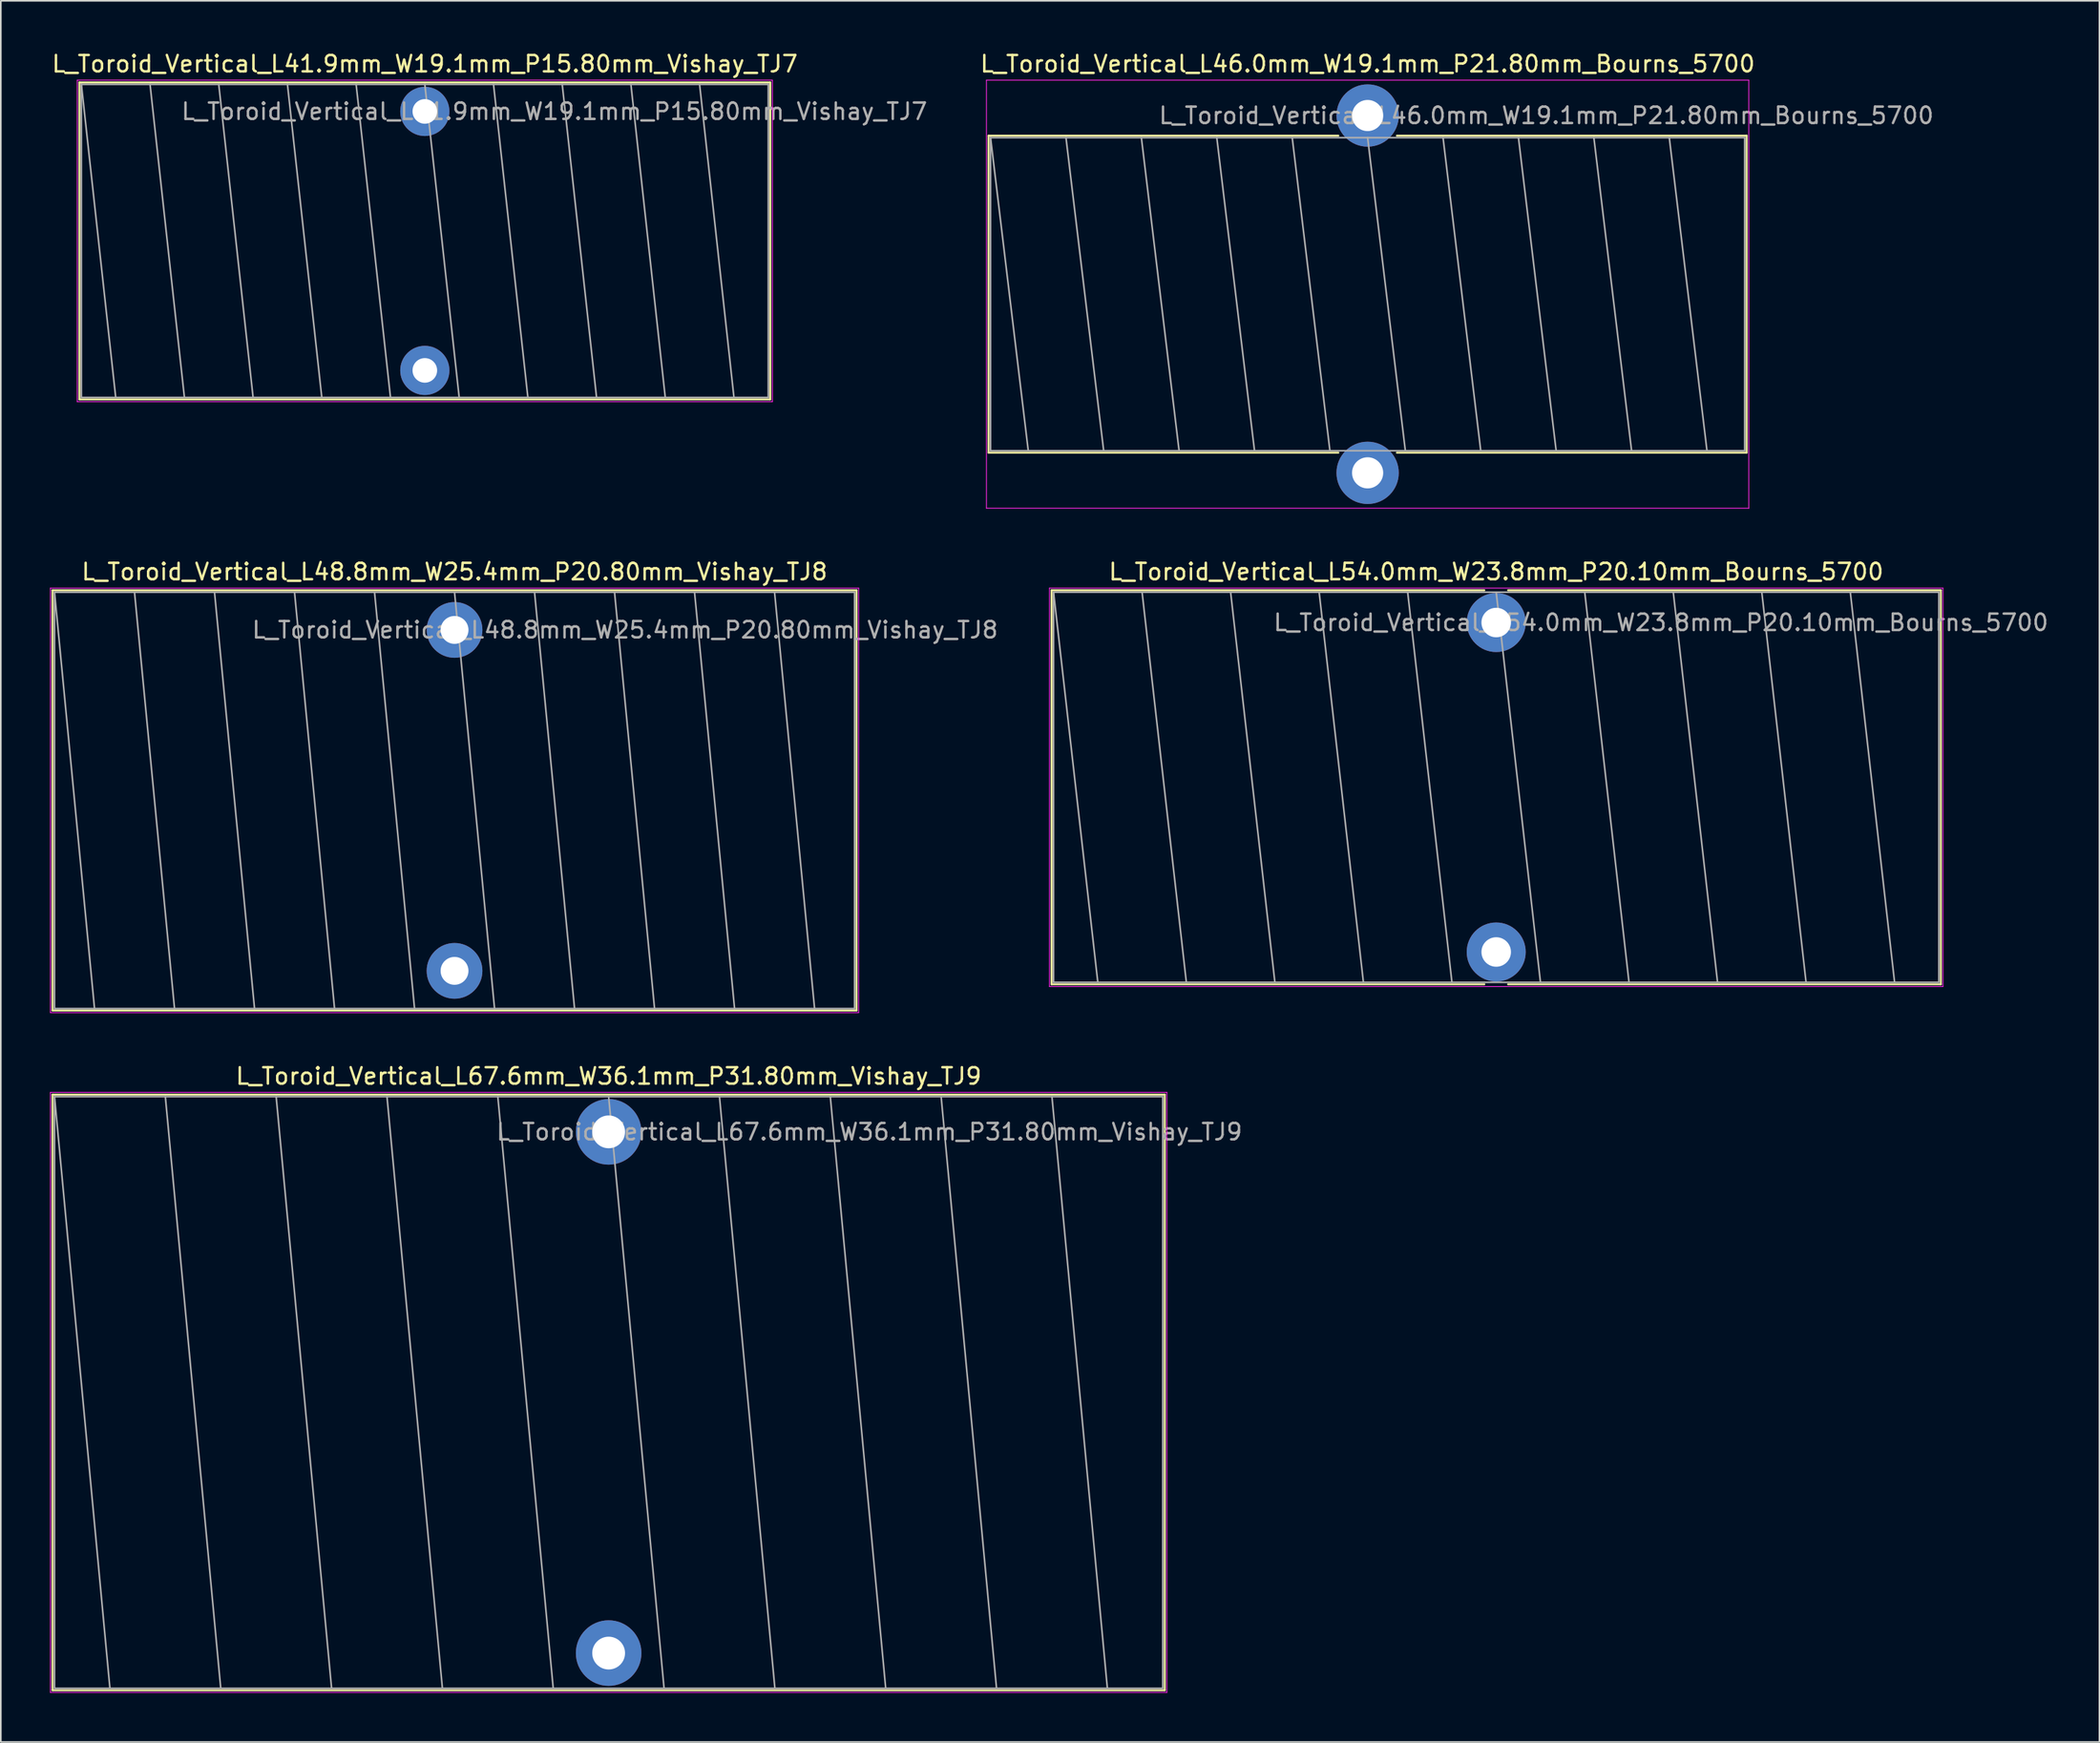
<source format=kicad_pcb>
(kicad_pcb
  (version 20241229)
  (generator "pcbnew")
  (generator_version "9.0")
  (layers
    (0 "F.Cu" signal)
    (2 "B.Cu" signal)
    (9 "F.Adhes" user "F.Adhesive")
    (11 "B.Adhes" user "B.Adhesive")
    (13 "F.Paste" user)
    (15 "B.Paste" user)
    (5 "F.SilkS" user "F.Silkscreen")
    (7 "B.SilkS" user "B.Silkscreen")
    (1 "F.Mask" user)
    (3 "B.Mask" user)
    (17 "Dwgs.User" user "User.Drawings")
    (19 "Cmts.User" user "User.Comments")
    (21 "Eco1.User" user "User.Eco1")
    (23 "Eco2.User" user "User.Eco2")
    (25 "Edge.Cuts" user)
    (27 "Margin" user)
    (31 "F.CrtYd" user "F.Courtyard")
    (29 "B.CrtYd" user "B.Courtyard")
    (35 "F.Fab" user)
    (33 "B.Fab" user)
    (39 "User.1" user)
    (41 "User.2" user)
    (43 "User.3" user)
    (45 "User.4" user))
  (footprint "L_Toroid_Vertical_L41.9mm_W19.1mm_P15.80mm_Vishay_TJ7"
    (layer "F.Cu")
    (at 22.863 3.748)
    (property "Reference" "L_Toroid_Vertical_L41.9mm_W19.1mm_P15.80mm_Vishay_TJ7" (at 0 -2.9 0) (layer "F.SilkS") (effects (font (size 1 1) (thickness 0.15))))
    (attr through_hole)
    (fp_line (start -21.07 -1.77) (end -21.07 17.57) (stroke (width 0.12) (type solid)) (layer "F.SilkS"))
    (fp_line (start -21.07 -1.77) (end 21.07 -1.77) (stroke (width 0.12) (type solid)) (layer "F.SilkS"))
    (fp_line (start -21.07 17.57) (end 21.07 17.57) (stroke (width 0.12) (type solid)) (layer "F.SilkS"))
    (fp_line (start 21.07 -1.77) (end 21.07 17.57) (stroke (width 0.12) (type solid)) (layer "F.SilkS"))
    (fp_line (start -21.2 -1.91) (end -21.2 17.71) (stroke (width 0.05) (type solid)) (layer "F.CrtYd"))
    (fp_line (start -21.2 17.71) (end 21.2 17.71) (stroke (width 0.05) (type solid)) (layer "F.CrtYd"))
    (fp_line (start 21.2 -1.91) (end -21.2 -1.91) (stroke (width 0.05) (type solid)) (layer "F.CrtYd"))
    (fp_line (start 21.2 17.71) (end 21.2 -1.91) (stroke (width 0.05) (type solid)) (layer "F.CrtYd"))
    (fp_line (start -20.95 -1.65) (end -20.95 17.45) (stroke (width 0.1) (type solid)) (layer "F.Fab"))
    (fp_line (start -20.95 -1.65) (end -18.855 17.45) (stroke (width 0.1) (type solid)) (layer "F.Fab"))
    (fp_line (start -20.95 17.45) (end 20.95 17.45) (stroke (width 0.1) (type solid)) (layer "F.Fab"))
    (fp_line (start -16.76 -1.65) (end -14.665 17.45) (stroke (width 0.1) (type solid)) (layer "F.Fab"))
    (fp_line (start -12.57 -1.65) (end -10.475 17.45) (stroke (width 0.1) (type solid)) (layer "F.Fab"))
    (fp_line (start -8.38 -1.65) (end -6.285 17.45) (stroke (width 0.1) (type solid)) (layer "F.Fab"))
    (fp_line (start -4.19 -1.65) (end -2.095 17.45) (stroke (width 0.1) (type solid)) (layer "F.Fab"))
    (fp_line (start 0 -1.65) (end 2.095 17.45) (stroke (width 0.1) (type solid)) (layer "F.Fab"))
    (fp_line (start 4.19 -1.65) (end 6.285 17.45) (stroke (width 0.1) (type solid)) (layer "F.Fab"))
    (fp_line (start 8.38 -1.65) (end 10.475 17.45) (stroke (width 0.1) (type solid)) (layer "F.Fab"))
    (fp_line (start 12.57 -1.65) (end 14.665 17.45) (stroke (width 0.1) (type solid)) (layer "F.Fab"))
    (fp_line (start 16.76 -1.65) (end 18.855 17.45) (stroke (width 0.1) (type solid)) (layer "F.Fab"))
    (fp_line (start 20.95 -1.65) (end -20.95 -1.65) (stroke (width 0.1) (type solid)) (layer "F.Fab"))
    (fp_line (start 20.95 17.45) (end 20.95 -1.65) (stroke (width 0.1) (type solid)) (layer "F.Fab"))
    (fp_text user "${REFERENCE}" (at 7.9 0 0) (layer "F.Fab") (effects (font (size 1 1) (thickness 0.15))))
    (pad "1" thru_hole circle (at 0 0) (size 3 3) (drill 1.5) (layers "*.Cu" "*.Mask"))
    (pad "2" thru_hole circle (at 0 15.8) (size 3 3) (drill 1.5) (layers "*.Cu" "*.Mask")))
  (footprint "L_Toroid_Vertical_L54.0mm_W23.8mm_P20.10mm_Bourns_5700"
    (layer "F.Cu")
    (at 88.213 34.931)
    (property "Reference" "L_Toroid_Vertical_L54.0mm_W23.8mm_P20.10mm_Bourns_5700" (at 0 -3.1 0) (layer "F.SilkS") (effects (font (size 1 1) (thickness 0.15))))
    (attr through_hole)
    (fp_line (start -27.12 -1.97) (end -27.12 22.07) (stroke (width 0.12) (type solid)) (layer "F.SilkS"))
    (fp_line (start -27.12 -1.97) (end -0.725 -1.97) (stroke (width 0.12) (type solid)) (layer "F.SilkS"))
    (fp_line (start -27.12 22.07) (end -0.725 22.07) (stroke (width 0.12) (type solid)) (layer "F.SilkS"))
    (fp_line (start 0.725 -1.97) (end 27.12 -1.97) (stroke (width 0.12) (type solid)) (layer "F.SilkS"))
    (fp_line (start 0.725 22.07) (end 27.12 22.07) (stroke (width 0.12) (type solid)) (layer "F.SilkS"))
    (fp_line (start 27.12 -1.97) (end 27.12 22.07) (stroke (width 0.12) (type solid)) (layer "F.SilkS"))
    (fp_line (start -27.25 -2.1) (end -27.25 22.21) (stroke (width 0.05) (type solid)) (layer "F.CrtYd"))
    (fp_line (start -27.25 22.21) (end 27.25 22.21) (stroke (width 0.05) (type solid)) (layer "F.CrtYd"))
    (fp_line (start 27.25 -2.1) (end -27.25 -2.1) (stroke (width 0.05) (type solid)) (layer "F.CrtYd"))
    (fp_line (start 27.25 22.21) (end 27.25 -2.1) (stroke (width 0.05) (type solid)) (layer "F.CrtYd"))
    (fp_line (start -27 -1.85) (end -27 21.95) (stroke (width 0.1) (type solid)) (layer "F.Fab"))
    (fp_line (start -27 -1.85) (end -24.3 21.95) (stroke (width 0.1) (type solid)) (layer "F.Fab"))
    (fp_line (start -27 21.95) (end 27 21.95) (stroke (width 0.1) (type solid)) (layer "F.Fab"))
    (fp_line (start -21.6 -1.85) (end -18.9 21.95) (stroke (width 0.1) (type solid)) (layer "F.Fab"))
    (fp_line (start -16.2 -1.85) (end -13.5 21.95) (stroke (width 0.1) (type solid)) (layer "F.Fab"))
    (fp_line (start -10.8 -1.85) (end -8.1 21.95) (stroke (width 0.1) (type solid)) (layer "F.Fab"))
    (fp_line (start -5.4 -1.85) (end -2.7 21.95) (stroke (width 0.1) (type solid)) (layer "F.Fab"))
    (fp_line (start 0 -1.85) (end 2.7 21.95) (stroke (width 0.1) (type solid)) (layer "F.Fab"))
    (fp_line (start 5.4 -1.85) (end 8.1 21.95) (stroke (width 0.1) (type solid)) (layer "F.Fab"))
    (fp_line (start 10.8 -1.85) (end 13.5 21.95) (stroke (width 0.1) (type solid)) (layer "F.Fab"))
    (fp_line (start 16.2 -1.85) (end 18.9 21.95) (stroke (width 0.1) (type solid)) (layer "F.Fab"))
    (fp_line (start 21.6 -1.85) (end 24.3 21.95) (stroke (width 0.1) (type solid)) (layer "F.Fab"))
    (fp_line (start 27 -1.85) (end -27 -1.85) (stroke (width 0.1) (type solid)) (layer "F.Fab"))
    (fp_line (start 27 21.95) (end 27 -1.85) (stroke (width 0.1) (type solid)) (layer "F.Fab"))
    (fp_text user "${REFERENCE}" (at 10.05 0 0) (layer "F.Fab") (effects (font (size 1 1) (thickness 0.15))))
    (pad "1" thru_hole circle (at 0 0) (size 3.6 3.6) (drill 1.8) (layers "*.Cu" "*.Mask"))
    (pad "2" thru_hole circle (at 0 20.1) (size 3.6 3.6) (drill 1.8) (layers "*.Cu" "*.Mask")))
  (footprint "L_Toroid_Vertical_L67.6mm_W36.1mm_P31.80mm_Vishay_TJ9"
    (layer "F.Cu")
    (at 34.075 66.005)
    (property "Reference" "L_Toroid_Vertical_L67.6mm_W36.1mm_P31.80mm_Vishay_TJ9" (at 0 -3.4 0) (layer "F.SilkS") (effects (font (size 1 1) (thickness 0.15))))
    (attr through_hole)
    (fp_line (start -33.92 -2.27) (end -33.92 34.07) (stroke (width 0.12) (type solid)) (layer "F.SilkS"))
    (fp_line (start -33.92 -2.27) (end 33.92 -2.27) (stroke (width 0.12) (type solid)) (layer "F.SilkS"))
    (fp_line (start -33.92 34.07) (end 33.92 34.07) (stroke (width 0.12) (type solid)) (layer "F.SilkS"))
    (fp_line (start 33.92 -2.27) (end 33.92 34.07) (stroke (width 0.12) (type solid)) (layer "F.SilkS"))
    (fp_line (start -34.05 -2.41) (end -34.05 34.2) (stroke (width 0.05) (type solid)) (layer "F.CrtYd"))
    (fp_line (start -34.05 34.2) (end 34.05 34.2) (stroke (width 0.05) (type solid)) (layer "F.CrtYd"))
    (fp_line (start 34.05 -2.41) (end -34.05 -2.41) (stroke (width 0.05) (type solid)) (layer "F.CrtYd"))
    (fp_line (start 34.05 34.2) (end 34.05 -2.41) (stroke (width 0.05) (type solid)) (layer "F.CrtYd"))
    (fp_line (start -33.8 -2.15) (end -33.8 33.95) (stroke (width 0.1) (type solid)) (layer "F.Fab"))
    (fp_line (start -33.8 -2.15) (end -30.42 33.95) (stroke (width 0.1) (type solid)) (layer "F.Fab"))
    (fp_line (start -33.8 33.95) (end 33.8 33.95) (stroke (width 0.1) (type solid)) (layer "F.Fab"))
    (fp_line (start -27.04 -2.15) (end -23.66 33.95) (stroke (width 0.1) (type solid)) (layer "F.Fab"))
    (fp_line (start -20.28 -2.15) (end -16.9 33.95) (stroke (width 0.1) (type solid)) (layer "F.Fab"))
    (fp_line (start -13.52 -2.15) (end -10.14 33.95) (stroke (width 0.1) (type solid)) (layer "F.Fab"))
    (fp_line (start -6.76 -2.15) (end -3.38 33.95) (stroke (width 0.1) (type solid)) (layer "F.Fab"))
    (fp_line (start 0 -2.15) (end 3.38 33.95) (stroke (width 0.1) (type solid)) (layer "F.Fab"))
    (fp_line (start 6.76 -2.15) (end 10.14 33.95) (stroke (width 0.1) (type solid)) (layer "F.Fab"))
    (fp_line (start 13.52 -2.15) (end 16.9 33.95) (stroke (width 0.1) (type solid)) (layer "F.Fab"))
    (fp_line (start 20.28 -2.15) (end 23.66 33.95) (stroke (width 0.1) (type solid)) (layer "F.Fab"))
    (fp_line (start 27.04 -2.15) (end 30.42 33.95) (stroke (width 0.1) (type solid)) (layer "F.Fab"))
    (fp_line (start 33.8 -2.15) (end -33.8 -2.15) (stroke (width 0.1) (type solid)) (layer "F.Fab"))
    (fp_line (start 33.8 33.95) (end 33.8 -2.15) (stroke (width 0.1) (type solid)) (layer "F.Fab"))
    (fp_text user "${REFERENCE}" (at 15.9 0 0) (layer "F.Fab") (effects (font (size 1 1) (thickness 0.15))))
    (pad "1" thru_hole circle (at 0 0) (size 4 4) (drill 2) (layers "*.Cu" "*.Mask"))
    (pad "2" thru_hole circle (at 0 31.8) (size 4 4) (drill 2) (layers "*.Cu" "*.Mask")))
  (footprint "L_Toroid_Vertical_L46.0mm_W19.1mm_P21.80mm_Bourns_5700"
    (layer "F.Cu")
    (at 80.37 3.998)
    (property "Reference" "L_Toroid_Vertical_L46.0mm_W19.1mm_P21.80mm_Bourns_5700" (at 0 -3.15 0) (layer "F.SilkS") (effects (font (size 1 1) (thickness 0.15))))
    (attr through_hole)
    (fp_line (start -23.12 1.23) (end -23.12 20.57) (stroke (width 0.12) (type solid)) (layer "F.SilkS"))
    (fp_line (start -23.12 1.23) (end -1.785 1.23) (stroke (width 0.12) (type solid)) (layer "F.SilkS"))
    (fp_line (start -23.12 20.57) (end -1.785 20.57) (stroke (width 0.12) (type solid)) (layer "F.SilkS"))
    (fp_line (start 1.785 1.23) (end 23.12 1.23) (stroke (width 0.12) (type solid)) (layer "F.SilkS"))
    (fp_line (start 1.785 20.57) (end 23.12 20.57) (stroke (width 0.12) (type solid)) (layer "F.SilkS"))
    (fp_line (start 23.12 1.23) (end 23.12 20.57) (stroke (width 0.12) (type solid)) (layer "F.SilkS"))
    (fp_line (start -23.25 -2.16) (end -23.25 23.96) (stroke (width 0.05) (type solid)) (layer "F.CrtYd"))
    (fp_line (start -23.25 23.96) (end 23.25 23.96) (stroke (width 0.05) (type solid)) (layer "F.CrtYd"))
    (fp_line (start 23.25 -2.16) (end -23.25 -2.16) (stroke (width 0.05) (type solid)) (layer "F.CrtYd"))
    (fp_line (start 23.25 23.96) (end 23.25 -2.16) (stroke (width 0.05) (type solid)) (layer "F.CrtYd"))
    (fp_line (start -23 1.35) (end -23 20.45) (stroke (width 0.1) (type solid)) (layer "F.Fab"))
    (fp_line (start -23 1.35) (end -20.7 20.45) (stroke (width 0.1) (type solid)) (layer "F.Fab"))
    (fp_line (start -23 20.45) (end 23 20.45) (stroke (width 0.1) (type solid)) (layer "F.Fab"))
    (fp_line (start -18.4 1.35) (end -16.1 20.45) (stroke (width 0.1) (type solid)) (layer "F.Fab"))
    (fp_line (start -13.8 1.35) (end -11.5 20.45) (stroke (width 0.1) (type solid)) (layer "F.Fab"))
    (fp_line (start -9.2 1.35) (end -6.9 20.45) (stroke (width 0.1) (type solid)) (layer "F.Fab"))
    (fp_line (start -4.6 1.35) (end -2.3 20.45) (stroke (width 0.1) (type solid)) (layer "F.Fab"))
    (fp_line (start 0 1.35) (end 2.3 20.45) (stroke (width 0.1) (type solid)) (layer "F.Fab"))
    (fp_line (start 4.6 1.35) (end 6.9 20.45) (stroke (width 0.1) (type solid)) (layer "F.Fab"))
    (fp_line (start 9.2 1.35) (end 11.5 20.45) (stroke (width 0.1) (type solid)) (layer "F.Fab"))
    (fp_line (start 13.8 1.35) (end 16.1 20.45) (stroke (width 0.1) (type solid)) (layer "F.Fab"))
    (fp_line (start 18.4 1.35) (end 20.7 20.45) (stroke (width 0.1) (type solid)) (layer "F.Fab"))
    (fp_line (start 23 1.35) (end -23 1.35) (stroke (width 0.1) (type solid)) (layer "F.Fab"))
    (fp_line (start 23 20.45) (end 23 1.35) (stroke (width 0.1) (type solid)) (layer "F.Fab"))
    (fp_text user "${REFERENCE}" (at 10.9 0 0) (layer "F.Fab") (effects (font (size 1 1) (thickness 0.15))))
    (pad "1" thru_hole circle (at 0 0) (size 3.8 3.8) (drill 1.9) (layers "*.Cu" "*.Mask"))
    (pad "2" thru_hole circle (at 0 21.8) (size 3.8 3.8) (drill 1.9) (layers "*.Cu" "*.Mask")))
  (footprint "L_Toroid_Vertical_L48.8mm_W25.4mm_P20.80mm_Vishay_TJ8"
    (layer "F.Cu")
    (at 24.675 35.382)
    (property "Reference" "L_Toroid_Vertical_L48.8mm_W25.4mm_P20.80mm_Vishay_TJ8" (at 0 -3.55 0) (layer "F.SilkS") (effects (font (size 1 1) (thickness 0.15))))
    (attr through_hole)
    (fp_line (start -24.52 -2.42) (end -24.52 23.22) (stroke (width 0.12) (type solid)) (layer "F.SilkS"))
    (fp_line (start -24.52 -2.42) (end 24.52 -2.42) (stroke (width 0.12) (type solid)) (layer "F.SilkS"))
    (fp_line (start -24.52 23.22) (end 24.52 23.22) (stroke (width 0.12) (type solid)) (layer "F.SilkS"))
    (fp_line (start 24.52 -2.42) (end 24.52 23.22) (stroke (width 0.12) (type solid)) (layer "F.SilkS"))
    (fp_line (start -24.65 -2.55) (end -24.65 23.35) (stroke (width 0.05) (type solid)) (layer "F.CrtYd"))
    (fp_line (start -24.65 23.35) (end 24.65 23.35) (stroke (width 0.05) (type solid)) (layer "F.CrtYd"))
    (fp_line (start 24.65 -2.55) (end -24.65 -2.55) (stroke (width 0.05) (type solid)) (layer "F.CrtYd"))
    (fp_line (start 24.65 23.35) (end 24.65 -2.55) (stroke (width 0.05) (type solid)) (layer "F.CrtYd"))
    (fp_line (start -24.4 -2.3) (end -24.4 23.1) (stroke (width 0.1) (type solid)) (layer "F.Fab"))
    (fp_line (start -24.4 -2.3) (end -21.96 23.1) (stroke (width 0.1) (type solid)) (layer "F.Fab"))
    (fp_line (start -24.4 23.1) (end 24.4 23.1) (stroke (width 0.1) (type solid)) (layer "F.Fab"))
    (fp_line (start -19.52 -2.3) (end -17.08 23.1) (stroke (width 0.1) (type solid)) (layer "F.Fab"))
    (fp_line (start -14.64 -2.3) (end -12.2 23.1) (stroke (width 0.1) (type solid)) (layer "F.Fab"))
    (fp_line (start -9.76 -2.3) (end -7.32 23.1) (stroke (width 0.1) (type solid)) (layer "F.Fab"))
    (fp_line (start -4.88 -2.3) (end -2.44 23.1) (stroke (width 0.1) (type solid)) (layer "F.Fab"))
    (fp_line (start 0 -2.3) (end 2.44 23.1) (stroke (width 0.1) (type solid)) (layer "F.Fab"))
    (fp_line (start 4.88 -2.3) (end 7.32 23.1) (stroke (width 0.1) (type solid)) (layer "F.Fab"))
    (fp_line (start 9.76 -2.3) (end 12.2 23.1) (stroke (width 0.1) (type solid)) (layer "F.Fab"))
    (fp_line (start 14.64 -2.3) (end 17.08 23.1) (stroke (width 0.1) (type solid)) (layer "F.Fab"))
    (fp_line (start 19.52 -2.3) (end 21.96 23.1) (stroke (width 0.1) (type solid)) (layer "F.Fab"))
    (fp_line (start 24.4 -2.3) (end -24.4 -2.3) (stroke (width 0.1) (type solid)) (layer "F.Fab"))
    (fp_line (start 24.4 23.1) (end 24.4 -2.3) (stroke (width 0.1) (type solid)) (layer "F.Fab"))
    (fp_text user "${REFERENCE}" (at 10.4 0 0) (layer "F.Fab") (effects (font (size 1 1) (thickness 0.15))))
    (pad "1" thru_hole circle (at 0 0) (size 3.4 3.4) (drill 1.7) (layers "*.Cu" "*.Mask"))
    (pad "2" thru_hole circle (at 0 20.8) (size 3.4 3.4) (drill 1.7) (layers "*.Cu" "*.Mask")))
  (gr_rect
    (start -3 -3)
    (end 125.007 103.23)
    (stroke (width 0.1) (type default))
    (fill no)
    (layer "Edge.Cuts")))
</source>
